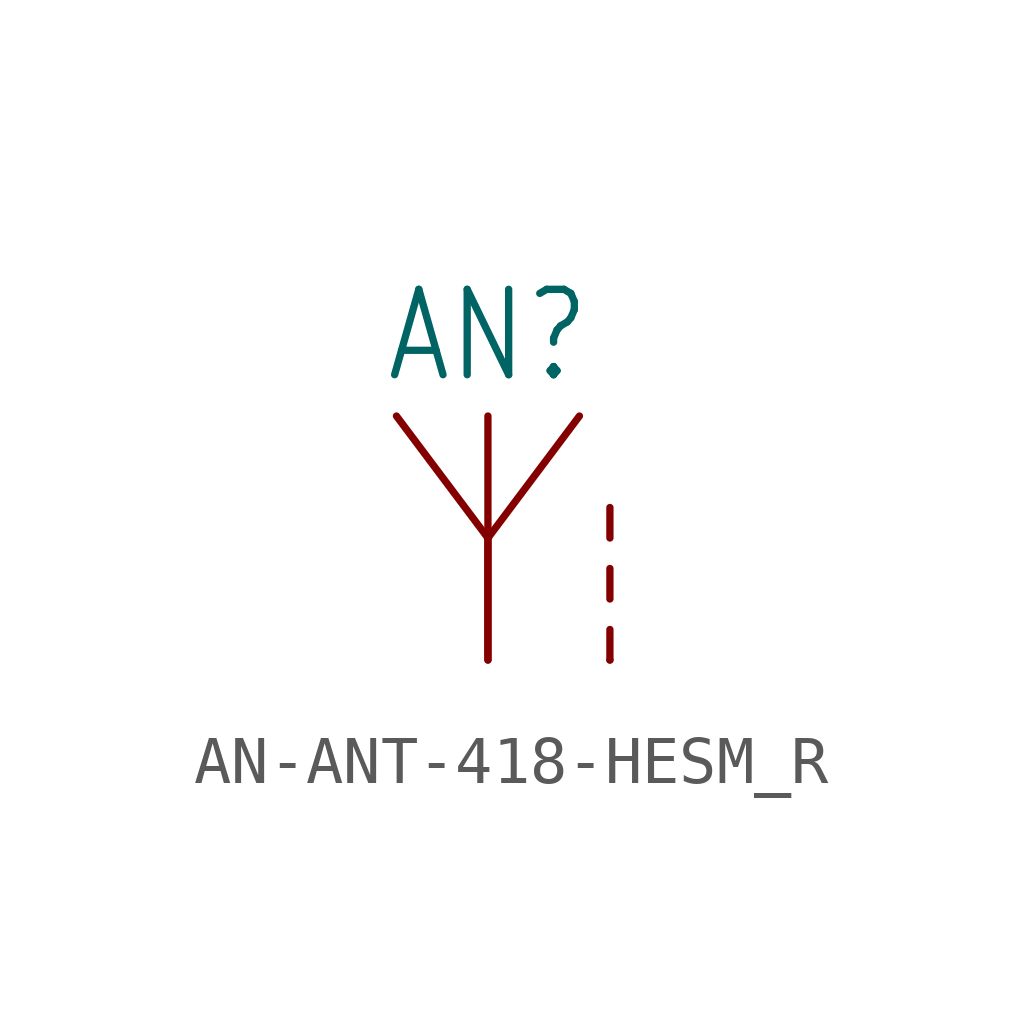
<source format=kicad_sym>
(kicad_symbol_lib
  (version 20231120)
  (generator "kicad_symbol_editor")
  (generator_version "8.0")
  (symbol "AN-ANT-418-HESM_R"
    (property "Reference" "AN"
      (at 0 3.175 0)
      (effects (font (size 1.778 1.511)) (justify bottom)))
    (property "Value" ""
      (at 0 5.715 0)
      (effects (font (size 1.778 1.511)) (justify bottom)))
    (property "ki_locked" ""
      (at 0 0 0)
      (effects (font (size 1.27 1.27))))
    (symbol "AN-ANT-418-HESM_R_1_0"
      (polyline (pts (xy 0 -2.54) (xy 0 0)) (stroke (width 0.152) (type solid)) (fill (type none)))
      (polyline (pts (xy 0 0) (xy -1.905 2.54)) (stroke (width 0.152) (type solid)) (fill (type none)))
      (polyline (pts (xy 0 0) (xy 0 2.54)) (stroke (width 0.152) (type solid)) (fill (type none)))
      (polyline (pts (xy 0 0) (xy 1.905 2.54)) (stroke (width 0.152) (type solid)) (fill (type none)))
      (polyline (pts (xy 2.54 -2.54) (xy 2.54 -1.905)) (stroke (width 0.152) (type solid)) (fill (type none)))
      (polyline (pts (xy 2.54 -1.27) (xy 2.54 -0.635)) (stroke (width 0.152) (type solid)) (fill (type none)))
      (polyline (pts (xy 2.54 0) (xy 2.54 0.635)) (stroke (width 0.152) (type solid)) (fill (type none)))
      (pin passive line (at 0 -2.54 90) (length 2.54) (name "FEED" (effects (font (size 0 0)))) (number "1" (effects (font (size 0 0)))))
      (pin passive line (at 2.54 -2.54 90) (length 0) (name "TAIL" (effects (font (size 0 0)))) (number "2" (effects (font (size 0 0))))))))
</source>
